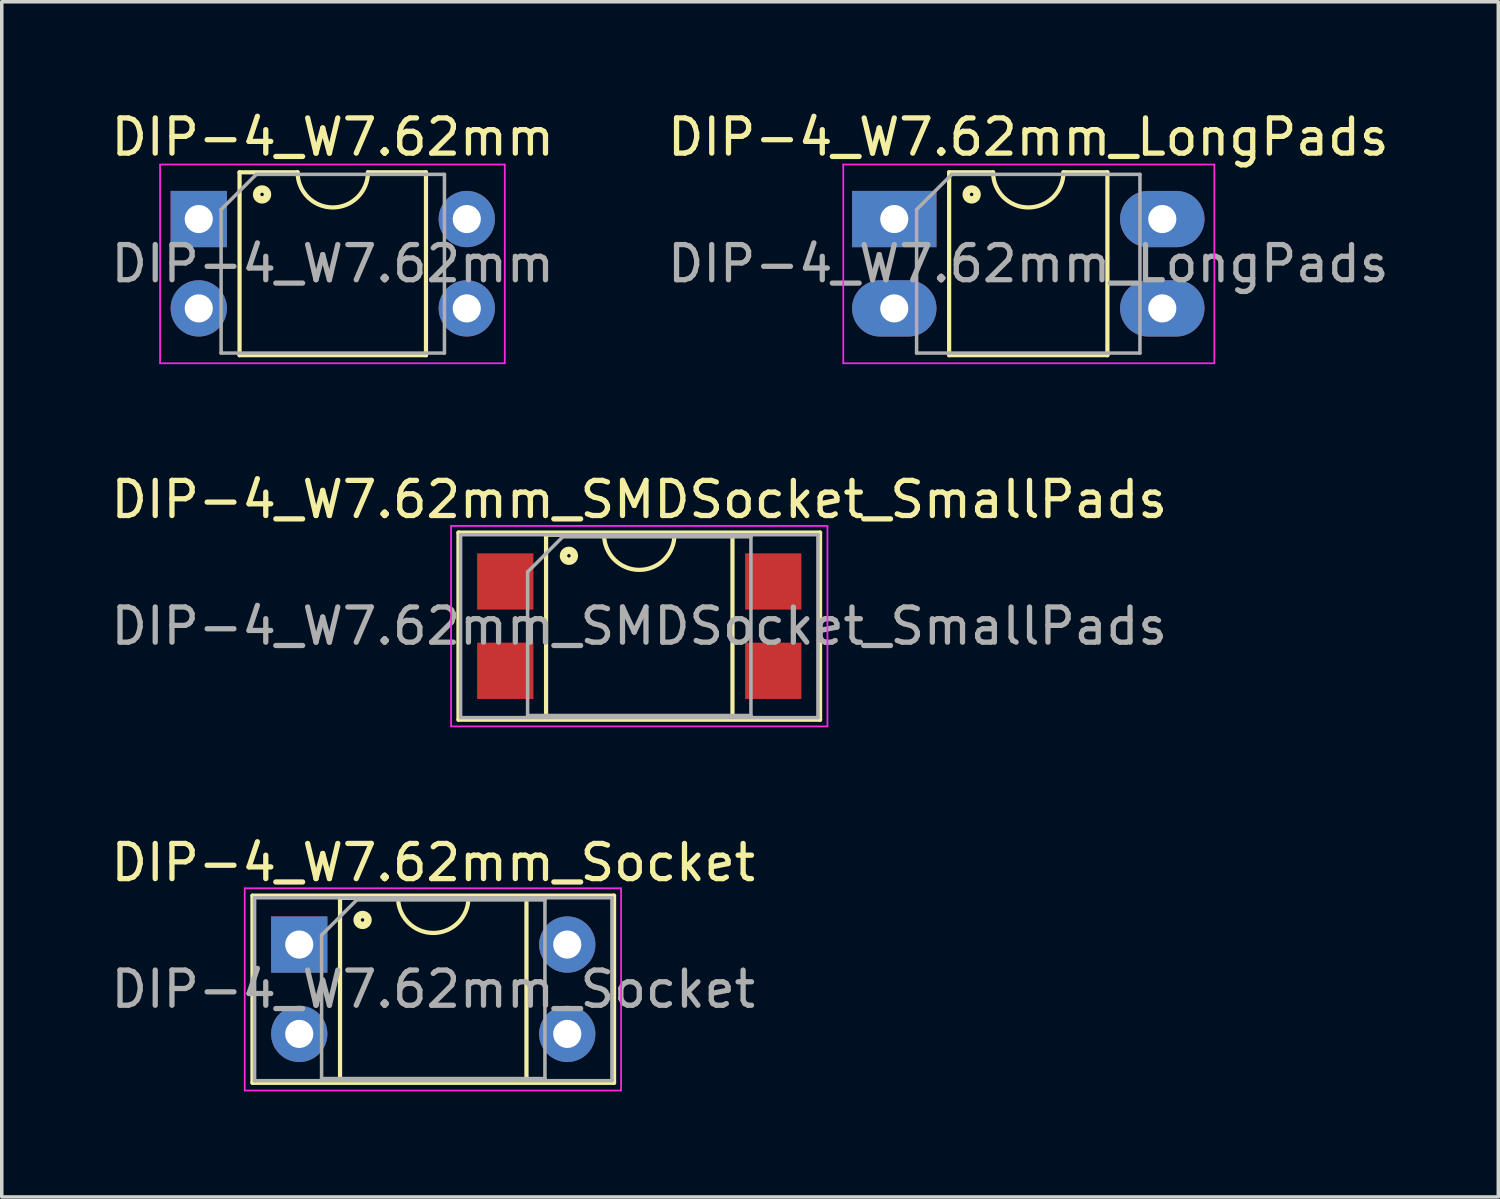
<source format=kicad_pcb>
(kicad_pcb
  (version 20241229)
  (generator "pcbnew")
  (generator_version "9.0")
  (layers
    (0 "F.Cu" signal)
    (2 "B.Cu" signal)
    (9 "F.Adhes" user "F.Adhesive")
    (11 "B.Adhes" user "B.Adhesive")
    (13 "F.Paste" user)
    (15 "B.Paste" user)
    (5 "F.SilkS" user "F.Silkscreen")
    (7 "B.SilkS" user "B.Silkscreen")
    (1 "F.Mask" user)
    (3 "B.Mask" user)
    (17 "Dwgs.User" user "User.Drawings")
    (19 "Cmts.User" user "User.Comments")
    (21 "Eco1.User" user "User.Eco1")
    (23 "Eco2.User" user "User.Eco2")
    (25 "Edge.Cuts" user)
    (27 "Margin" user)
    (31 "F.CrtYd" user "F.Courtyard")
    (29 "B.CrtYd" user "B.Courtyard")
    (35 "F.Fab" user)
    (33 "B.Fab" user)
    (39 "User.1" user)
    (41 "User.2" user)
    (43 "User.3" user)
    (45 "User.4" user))
  (footprint "DIP-4_W7.62mm_Socket"
    (layer "F.Cu")
    (at 5.458 23.805)
    (property "Reference" "DIP-4_W7.62mm_Socket" (at 3.81 -2.33 0) (layer "F.SilkS") (effects (font (size 1 1) (thickness 0.15))))
    (attr through_hole)
    (fp_line (start -1.33 -1.39) (end -1.33 3.93) (stroke (width 0.12) (type solid)) (layer "F.SilkS"))
    (fp_line (start -1.33 3.93) (end 8.95 3.93) (stroke (width 0.12) (type solid)) (layer "F.SilkS"))
    (fp_line (start 1.16 -1.33) (end 1.16 3.87) (stroke (width 0.12) (type solid)) (layer "F.SilkS"))
    (fp_line (start 1.16 3.87) (end 6.46 3.87) (stroke (width 0.12) (type solid)) (layer "F.SilkS"))
    (fp_line (start 2.81 -1.33) (end 1.16 -1.33) (stroke (width 0.12) (type solid)) (layer "F.SilkS"))
    (fp_line (start 6.46 -1.33) (end 4.81 -1.33) (stroke (width 0.12) (type solid)) (layer "F.SilkS"))
    (fp_line (start 6.46 3.87) (end 6.46 -1.33) (stroke (width 0.12) (type solid)) (layer "F.SilkS"))
    (fp_line (start 8.95 -1.39) (end -1.33 -1.39) (stroke (width 0.12) (type solid)) (layer "F.SilkS"))
    (fp_line (start 8.95 3.93) (end 8.95 -1.39) (stroke (width 0.12) (type solid)) (layer "F.SilkS"))
    (fp_arc (start 4.81 -1.33) (mid 3.81 -0.33) (end 2.81 -1.33) (stroke (width 0.12) (type solid)) (layer "F.SilkS"))
    (fp_circle (center 1.8 -0.7) (end 1.85 -0.7) (stroke (width 0.12) (type solid)) (fill no) (layer "F.SilkS"))
    (fp_circle (center 1.8 -0.7) (end 1.925 -0.7) (stroke (width 0.12) (type solid)) (fill no) (layer "F.SilkS"))
    (fp_circle (center 1.8 -0.7) (end 2 -0.7) (stroke (width 0.12) (type solid)) (fill no) (layer "F.SilkS"))
    (fp_line (start -1.55 -1.6) (end -1.55 4.15) (stroke (width 0.05) (type solid)) (layer "F.CrtYd"))
    (fp_line (start -1.55 4.15) (end 9.15 4.15) (stroke (width 0.05) (type solid)) (layer "F.CrtYd"))
    (fp_line (start 9.15 -1.6) (end -1.55 -1.6) (stroke (width 0.05) (type solid)) (layer "F.CrtYd"))
    (fp_line (start 9.15 4.15) (end 9.15 -1.6) (stroke (width 0.05) (type solid)) (layer "F.CrtYd"))
    (fp_line (start -1.27 -1.33) (end -1.27 3.87) (stroke (width 0.1) (type solid)) (layer "F.Fab"))
    (fp_line (start -1.27 3.87) (end 8.89 3.87) (stroke (width 0.1) (type solid)) (layer "F.Fab"))
    (fp_line (start 0.635 -0.27) (end 1.635 -1.27) (stroke (width 0.1) (type solid)) (layer "F.Fab"))
    (fp_line (start 0.635 3.81) (end 0.635 -0.27) (stroke (width 0.1) (type solid)) (layer "F.Fab"))
    (fp_line (start 1.635 -1.27) (end 6.985 -1.27) (stroke (width 0.1) (type solid)) (layer "F.Fab"))
    (fp_line (start 6.985 -1.27) (end 6.985 3.81) (stroke (width 0.1) (type solid)) (layer "F.Fab"))
    (fp_line (start 6.985 3.81) (end 0.635 3.81) (stroke (width 0.1) (type solid)) (layer "F.Fab"))
    (fp_line (start 8.89 -1.33) (end -1.27 -1.33) (stroke (width 0.1) (type solid)) (layer "F.Fab"))
    (fp_line (start 8.89 3.87) (end 8.89 -1.33) (stroke (width 0.1) (type solid)) (layer "F.Fab"))
    (fp_text user "${REFERENCE}" (at 3.81 1.27 0) (layer "F.Fab") (effects (font (size 1 1) (thickness 0.15))))
    (pad "1" thru_hole rect (at 0 0) (size 1.6 1.6) (drill 0.8) (layers "*.Cu" "*.Mask"))
    (pad "2" thru_hole oval (at 0 2.54) (size 1.6 1.6) (drill 0.8) (layers "*.Cu" "*.Mask"))
    (pad "3" thru_hole oval (at 7.62 2.54) (size 1.6 1.6) (drill 0.8) (layers "*.Cu" "*.Mask"))
    (pad "4" thru_hole oval (at 7.62 0) (size 1.6 1.6) (drill 0.8) (layers "*.Cu" "*.Mask")))
  (footprint "DIP-4_W7.62mm"
    (layer "F.Cu")
    (at 2.601 3.178)
    (property "Reference" "DIP-4_W7.62mm" (at 3.81 -2.33 0) (layer "F.SilkS") (effects (font (size 1 1) (thickness 0.15))))
    (attr through_hole)
    (fp_line (start 1.16 -1.33) (end 1.16 3.87) (stroke (width 0.12) (type solid)) (layer "F.SilkS"))
    (fp_line (start 1.16 3.87) (end 6.46 3.87) (stroke (width 0.12) (type solid)) (layer "F.SilkS"))
    (fp_line (start 2.81 -1.33) (end 1.16 -1.33) (stroke (width 0.12) (type solid)) (layer "F.SilkS"))
    (fp_line (start 6.46 -1.33) (end 4.81 -1.33) (stroke (width 0.12) (type solid)) (layer "F.SilkS"))
    (fp_line (start 6.46 3.87) (end 6.46 -1.33) (stroke (width 0.12) (type solid)) (layer "F.SilkS"))
    (fp_arc (start 4.81 -1.33) (mid 3.81 -0.33) (end 2.81 -1.33) (stroke (width 0.12) (type solid)) (layer "F.SilkS"))
    (fp_circle (center 1.8 -0.7) (end 1.85 -0.7) (stroke (width 0.12) (type solid)) (fill no) (layer "F.SilkS"))
    (fp_circle (center 1.8 -0.7) (end 1.925 -0.7) (stroke (width 0.12) (type solid)) (fill no) (layer "F.SilkS"))
    (fp_circle (center 1.8 -0.7) (end 2 -0.7) (stroke (width 0.12) (type solid)) (fill no) (layer "F.SilkS"))
    (fp_line (start -1.1 -1.55) (end -1.1 4.1) (stroke (width 0.05) (type solid)) (layer "F.CrtYd"))
    (fp_line (start -1.1 4.1) (end 8.7 4.1) (stroke (width 0.05) (type solid)) (layer "F.CrtYd"))
    (fp_line (start 8.7 -1.55) (end -1.1 -1.55) (stroke (width 0.05) (type solid)) (layer "F.CrtYd"))
    (fp_line (start 8.7 4.1) (end 8.7 -1.55) (stroke (width 0.05) (type solid)) (layer "F.CrtYd"))
    (fp_line (start 0.635 -0.27) (end 1.635 -1.27) (stroke (width 0.1) (type solid)) (layer "F.Fab"))
    (fp_line (start 0.635 3.81) (end 0.635 -0.27) (stroke (width 0.1) (type solid)) (layer "F.Fab"))
    (fp_line (start 1.635 -1.27) (end 6.985 -1.27) (stroke (width 0.1) (type solid)) (layer "F.Fab"))
    (fp_line (start 6.985 -1.27) (end 6.985 3.81) (stroke (width 0.1) (type solid)) (layer "F.Fab"))
    (fp_line (start 6.985 3.81) (end 0.635 3.81) (stroke (width 0.1) (type solid)) (layer "F.Fab"))
    (fp_text user "${REFERENCE}" (at 3.81 1.27 0) (layer "F.Fab") (effects (font (size 1 1) (thickness 0.15))))
    (pad "1" thru_hole rect (at 0 0) (size 1.6 1.6) (drill 0.8) (layers "*.Cu" "*.Mask"))
    (pad "2" thru_hole oval (at 0 2.54) (size 1.6 1.6) (drill 0.8) (layers "*.Cu" "*.Mask"))
    (pad "3" thru_hole oval (at 7.62 2.54) (size 1.6 1.6) (drill 0.8) (layers "*.Cu" "*.Mask"))
    (pad "4" thru_hole oval (at 7.62 0) (size 1.6 1.6) (drill 0.8) (layers "*.Cu" "*.Mask")))
  (footprint "DIP-4_W7.62mm_SMDSocket_SmallPads"
    (layer "F.Cu")
    (at 15.125 14.752)
    (property "Reference" "DIP-4_W7.62mm_SMDSocket_SmallPads" (at 0 -3.6 0) (layer "F.SilkS") (effects (font (size 1 1) (thickness 0.15))))
    (attr smd)
    (fp_line (start -5.14 -2.66) (end -5.14 2.66) (stroke (width 0.12) (type solid)) (layer "F.SilkS"))
    (fp_line (start -5.14 2.66) (end 5.14 2.66) (stroke (width 0.12) (type solid)) (layer "F.SilkS"))
    (fp_line (start -2.65 -2.6) (end -2.65 2.6) (stroke (width 0.12) (type solid)) (layer "F.SilkS"))
    (fp_line (start -2.65 2.6) (end 2.65 2.6) (stroke (width 0.12) (type solid)) (layer "F.SilkS"))
    (fp_line (start -1 -2.6) (end -2.65 -2.6) (stroke (width 0.12) (type solid)) (layer "F.SilkS"))
    (fp_line (start 2.65 -2.6) (end 1 -2.6) (stroke (width 0.12) (type solid)) (layer "F.SilkS"))
    (fp_line (start 2.65 2.6) (end 2.65 -2.6) (stroke (width 0.12) (type solid)) (layer "F.SilkS"))
    (fp_line (start 5.14 -2.66) (end -5.14 -2.66) (stroke (width 0.12) (type solid)) (layer "F.SilkS"))
    (fp_line (start 5.14 2.66) (end 5.14 -2.66) (stroke (width 0.12) (type solid)) (layer "F.SilkS"))
    (fp_arc (start 1 -2.6) (mid 0 -1.6) (end -1 -2.6) (stroke (width 0.12) (type solid)) (layer "F.SilkS"))
    (fp_circle (center -2 -2) (end -1.95 -2) (stroke (width 0.12) (type solid)) (fill no) (layer "F.SilkS"))
    (fp_circle (center -2 -2) (end -1.875 -2) (stroke (width 0.12) (type solid)) (fill no) (layer "F.SilkS"))
    (fp_circle (center -2 -2) (end -1.8 -2) (stroke (width 0.12) (type solid)) (fill no) (layer "F.SilkS"))
    (fp_line (start -5.35 -2.85) (end -5.35 2.85) (stroke (width 0.05) (type solid)) (layer "F.CrtYd"))
    (fp_line (start -5.35 2.85) (end 5.35 2.85) (stroke (width 0.05) (type solid)) (layer "F.CrtYd"))
    (fp_line (start 5.35 -2.85) (end -5.35 -2.85) (stroke (width 0.05) (type solid)) (layer "F.CrtYd"))
    (fp_line (start 5.35 2.85) (end 5.35 -2.85) (stroke (width 0.05) (type solid)) (layer "F.CrtYd"))
    (fp_line (start -5.08 -2.6) (end -5.08 2.6) (stroke (width 0.1) (type solid)) (layer "F.Fab"))
    (fp_line (start -5.08 2.6) (end 5.08 2.6) (stroke (width 0.1) (type solid)) (layer "F.Fab"))
    (fp_line (start -3.175 -1.54) (end -2.175 -2.54) (stroke (width 0.1) (type solid)) (layer "F.Fab"))
    (fp_line (start -3.175 2.54) (end -3.175 -1.54) (stroke (width 0.1) (type solid)) (layer "F.Fab"))
    (fp_line (start -2.175 -2.54) (end 3.175 -2.54) (stroke (width 0.1) (type solid)) (layer "F.Fab"))
    (fp_line (start 3.175 -2.54) (end 3.175 2.54) (stroke (width 0.1) (type solid)) (layer "F.Fab"))
    (fp_line (start 3.175 2.54) (end -3.175 2.54) (stroke (width 0.1) (type solid)) (layer "F.Fab"))
    (fp_line (start 5.08 -2.6) (end -5.08 -2.6) (stroke (width 0.1) (type solid)) (layer "F.Fab"))
    (fp_line (start 5.08 2.6) (end 5.08 -2.6) (stroke (width 0.1) (type solid)) (layer "F.Fab"))
    (fp_text user "${REFERENCE}" (at 0 0 0) (layer "F.Fab") (effects (font (size 1 1) (thickness 0.15))))
    (pad "1" smd rect (at -3.81 -1.27) (size 1.6 1.6) (layers "F.Cu" "F.Mask" "F.Paste"))
    (pad "2" smd rect (at -3.81 1.27) (size 1.6 1.6) (layers "F.Cu" "F.Mask" "F.Paste"))
    (pad "3" smd rect (at 3.81 1.27) (size 1.6 1.6) (layers "F.Cu" "F.Mask" "F.Paste"))
    (pad "4" smd rect (at 3.81 -1.27) (size 1.6 1.6) (layers "F.Cu" "F.Mask" "F.Paste")))
  (footprint "DIP-4_W7.62mm_LongPads"
    (layer "F.Cu")
    (at 22.375 3.178)
    (property "Reference" "DIP-4_W7.62mm_LongPads" (at 3.81 -2.33 0) (layer "F.SilkS") (effects (font (size 1 1) (thickness 0.15))))
    (attr through_hole)
    (fp_line (start 1.56 -1.33) (end 1.56 3.87) (stroke (width 0.12) (type solid)) (layer "F.SilkS"))
    (fp_line (start 1.56 3.87) (end 6.06 3.87) (stroke (width 0.12) (type solid)) (layer "F.SilkS"))
    (fp_line (start 2.81 -1.33) (end 1.56 -1.33) (stroke (width 0.12) (type solid)) (layer "F.SilkS"))
    (fp_line (start 6.06 -1.33) (end 4.81 -1.33) (stroke (width 0.12) (type solid)) (layer "F.SilkS"))
    (fp_line (start 6.06 3.87) (end 6.06 -1.33) (stroke (width 0.12) (type solid)) (layer "F.SilkS"))
    (fp_arc (start 4.81 -1.33) (mid 3.81 -0.33) (end 2.81 -1.33) (stroke (width 0.12) (type solid)) (layer "F.SilkS"))
    (fp_circle (center 2.2 -0.7) (end 2.25 -0.7) (stroke (width 0.12) (type solid)) (fill no) (layer "F.SilkS"))
    (fp_circle (center 2.2 -0.7) (end 2.325 -0.7) (stroke (width 0.12) (type solid)) (fill no) (layer "F.SilkS"))
    (fp_circle (center 2.2 -0.7) (end 2.4 -0.7) (stroke (width 0.12) (type solid)) (fill no) (layer "F.SilkS"))
    (fp_line (start -1.45 -1.55) (end -1.45 4.1) (stroke (width 0.05) (type solid)) (layer "F.CrtYd"))
    (fp_line (start -1.45 4.1) (end 9.1 4.1) (stroke (width 0.05) (type solid)) (layer "F.CrtYd"))
    (fp_line (start 9.1 -1.55) (end -1.45 -1.55) (stroke (width 0.05) (type solid)) (layer "F.CrtYd"))
    (fp_line (start 9.1 4.1) (end 9.1 -1.55) (stroke (width 0.05) (type solid)) (layer "F.CrtYd"))
    (fp_line (start 0.635 -0.27) (end 1.635 -1.27) (stroke (width 0.1) (type solid)) (layer "F.Fab"))
    (fp_line (start 0.635 3.81) (end 0.635 -0.27) (stroke (width 0.1) (type solid)) (layer "F.Fab"))
    (fp_line (start 1.635 -1.27) (end 6.985 -1.27) (stroke (width 0.1) (type solid)) (layer "F.Fab"))
    (fp_line (start 6.985 -1.27) (end 6.985 3.81) (stroke (width 0.1) (type solid)) (layer "F.Fab"))
    (fp_line (start 6.985 3.81) (end 0.635 3.81) (stroke (width 0.1) (type solid)) (layer "F.Fab"))
    (fp_text user "${REFERENCE}" (at 3.81 1.27 0) (layer "F.Fab") (effects (font (size 1 1) (thickness 0.15))))
    (pad "1" thru_hole rect (at 0 0) (size 2.4 1.6) (drill 0.8) (layers "*.Cu" "*.Mask"))
    (pad "2" thru_hole oval (at 0 2.54) (size 2.4 1.6) (drill 0.8) (layers "*.Cu" "*.Mask"))
    (pad "3" thru_hole oval (at 7.62 2.54) (size 2.4 1.6) (drill 0.8) (layers "*.Cu" "*.Mask"))
    (pad "4" thru_hole oval (at 7.62 0) (size 2.4 1.6) (drill 0.8) (layers "*.Cu" "*.Mask")))
  (gr_rect
    (start -3 -3)
    (end 39.548 30.98)
    (stroke (width 0.1) (type default))
    (fill no)
    (layer "Edge.Cuts")))
</source>
